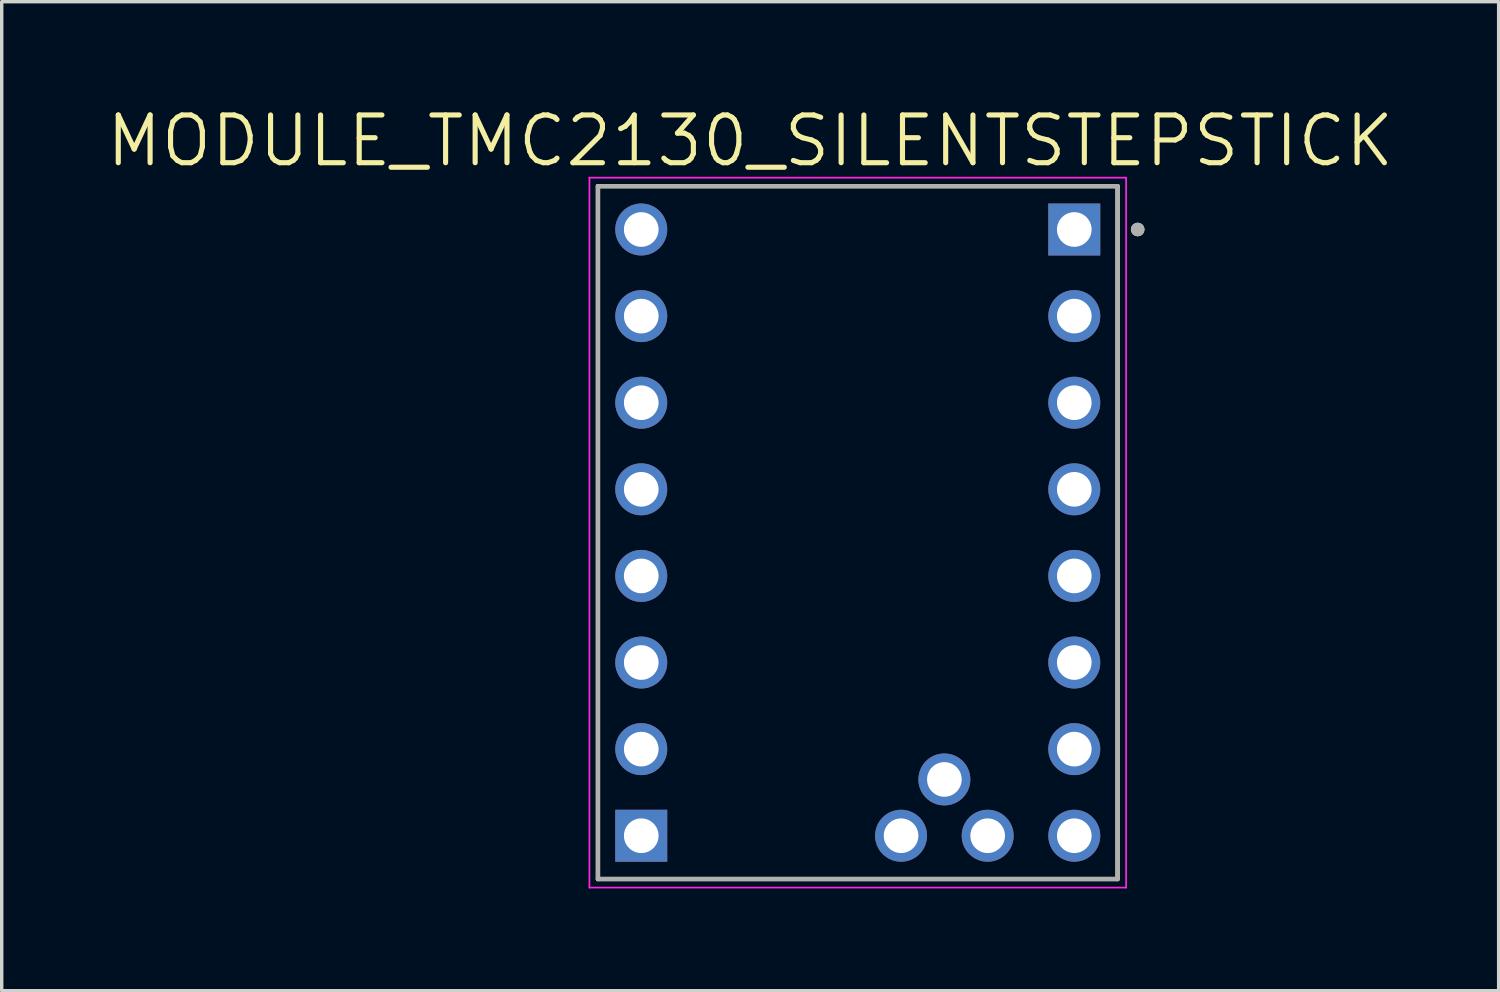
<source format=kicad_pcb>
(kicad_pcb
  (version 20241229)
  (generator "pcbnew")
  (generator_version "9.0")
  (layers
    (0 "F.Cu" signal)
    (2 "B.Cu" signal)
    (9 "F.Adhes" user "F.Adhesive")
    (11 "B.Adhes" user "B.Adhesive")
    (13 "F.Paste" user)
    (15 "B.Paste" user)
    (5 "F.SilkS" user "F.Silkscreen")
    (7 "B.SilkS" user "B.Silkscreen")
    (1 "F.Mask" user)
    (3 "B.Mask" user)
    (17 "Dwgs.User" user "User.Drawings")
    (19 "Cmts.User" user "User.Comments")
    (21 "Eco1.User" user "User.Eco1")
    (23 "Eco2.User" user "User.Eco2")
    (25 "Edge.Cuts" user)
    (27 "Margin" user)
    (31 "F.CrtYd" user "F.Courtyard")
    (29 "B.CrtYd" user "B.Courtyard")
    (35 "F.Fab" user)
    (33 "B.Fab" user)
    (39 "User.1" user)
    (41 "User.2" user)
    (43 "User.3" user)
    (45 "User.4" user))
  (footprint "MODULE_TMC2130_SILENTSTEPSTICK"
    (layer "F.Cu")
    (at 22.107 12.571)
    (property "Reference" "MODULE_TMC2130_SILENTSTEPSTICK" (at -3.155 -11.489 0) (layer "F.SilkS") (effects (font (size 1.4 1.4) (thickness 0.15))))
    (attr through_hole)
    (fp_line (start -7.62 -10.16) (end -7.62 10.16) (stroke (width 0.127) (type solid)) (layer "F.SilkS"))
    (fp_line (start -7.62 10.16) (end 7.62 10.16) (stroke (width 0.127) (type solid)) (layer "F.SilkS"))
    (fp_line (start 7.62 -10.16) (end -7.62 -10.16) (stroke (width 0.127) (type solid)) (layer "F.SilkS"))
    (fp_line (start 7.62 10.16) (end 7.62 -10.16) (stroke (width 0.127) (type solid)) (layer "F.SilkS"))
    (fp_circle (center 8.21 -8.89) (end 8.31 -8.89) (stroke (width 0.2) (type solid)) (fill no) (layer "F.SilkS"))
    (fp_line (start -7.87 -10.41) (end -7.87 10.41) (stroke (width 0.05) (type solid)) (layer "F.CrtYd"))
    (fp_line (start -7.87 -10.41) (end 7.87 -10.41) (stroke (width 0.05) (type solid)) (layer "F.CrtYd"))
    (fp_line (start -7.87 10.41) (end 7.87 10.41) (stroke (width 0.05) (type solid)) (layer "F.CrtYd"))
    (fp_line (start 7.87 -10.41) (end 7.87 10.41) (stroke (width 0.05) (type solid)) (layer "F.CrtYd"))
    (fp_line (start -7.62 -10.16) (end -7.62 10.16) (stroke (width 0.127) (type solid)) (layer "F.Fab"))
    (fp_line (start -7.62 10.16) (end 7.62 10.16) (stroke (width 0.127) (type solid)) (layer "F.Fab"))
    (fp_line (start 7.62 -10.16) (end -7.62 -10.16) (stroke (width 0.127) (type solid)) (layer "F.Fab"))
    (fp_line (start 7.62 10.16) (end 7.62 -10.16) (stroke (width 0.127) (type solid)) (layer "F.Fab"))
    (fp_circle (center 8.21 -8.89) (end 8.31 -8.89) (stroke (width 0.2) (type solid)) (fill no) (layer "F.Fab"))
    (pad "JP1_1" thru_hole rect (at 6.35 -8.89) (size 1.524 1.524) (drill 1.016) (layers "*.Cu" "*.Mask"))
    (pad "JP1_2" thru_hole circle (at 6.35 -6.35) (size 1.524 1.524) (drill 1.016) (layers "*.Cu" "*.Mask"))
    (pad "JP1_3" thru_hole circle (at 6.35 -3.81) (size 1.524 1.524) (drill 1.016) (layers "*.Cu" "*.Mask"))
    (pad "JP1_4" thru_hole circle (at 6.35 -1.27) (size 1.524 1.524) (drill 1.016) (layers "*.Cu" "*.Mask"))
    (pad "JP1_5" thru_hole circle (at 6.35 1.27) (size 1.524 1.524) (drill 1.016) (layers "*.Cu" "*.Mask"))
    (pad "JP1_6" thru_hole circle (at 6.35 3.81) (size 1.524 1.524) (drill 1.016) (layers "*.Cu" "*.Mask"))
    (pad "JP1_7" thru_hole circle (at 6.35 6.35) (size 1.524 1.524) (drill 1.016) (layers "*.Cu" "*.Mask"))
    (pad "JP1_8" thru_hole circle (at 6.35 8.89) (size 1.524 1.524) (drill 1.016) (layers "*.Cu" "*.Mask"))
    (pad "JP2_1" thru_hole rect (at -6.35 8.89) (size 1.524 1.524) (drill 1.016) (layers "*.Cu" "*.Mask"))
    (pad "JP2_2" thru_hole circle (at -6.35 6.35) (size 1.524 1.524) (drill 1.016) (layers "*.Cu" "*.Mask"))
    (pad "JP2_3" thru_hole circle (at -6.35 3.81) (size 1.524 1.524) (drill 1.016) (layers "*.Cu" "*.Mask"))
    (pad "JP2_4" thru_hole circle (at -6.35 1.27) (size 1.524 1.524) (drill 1.016) (layers "*.Cu" "*.Mask"))
    (pad "JP2_5" thru_hole circle (at -6.35 -1.27) (size 1.524 1.524) (drill 1.016) (layers "*.Cu" "*.Mask"))
    (pad "JP2_6" thru_hole circle (at -6.35 -3.81) (size 1.524 1.524) (drill 1.016) (layers "*.Cu" "*.Mask"))
    (pad "JP2_7" thru_hole circle (at -6.35 -6.35) (size 1.524 1.524) (drill 1.016) (layers "*.Cu" "*.Mask"))
    (pad "JP2_8" thru_hole circle (at -6.35 -8.89) (size 1.524 1.524) (drill 1.016) (layers "*.Cu" "*.Mask"))
    (pad "JP3_1" thru_hole circle (at 1.27 8.89) (size 1.524 1.524) (drill 1.016) (layers "*.Cu" "*.Mask"))
    (pad "JP3_2" thru_hole circle (at 2.54 7.239) (size 1.524 1.524) (drill 1.016) (layers "*.Cu" "*.Mask"))
    (pad "VREF" thru_hole circle (at 3.81 8.89) (size 1.524 1.524) (drill 1.016) (layers "*.Cu" "*.Mask")))
  (gr_rect
    (start -3 -3)
    (end 40.903 26.006)
    (stroke (width 0.1) (type default))
    (fill no)
    (layer "Edge.Cuts")))
</source>
